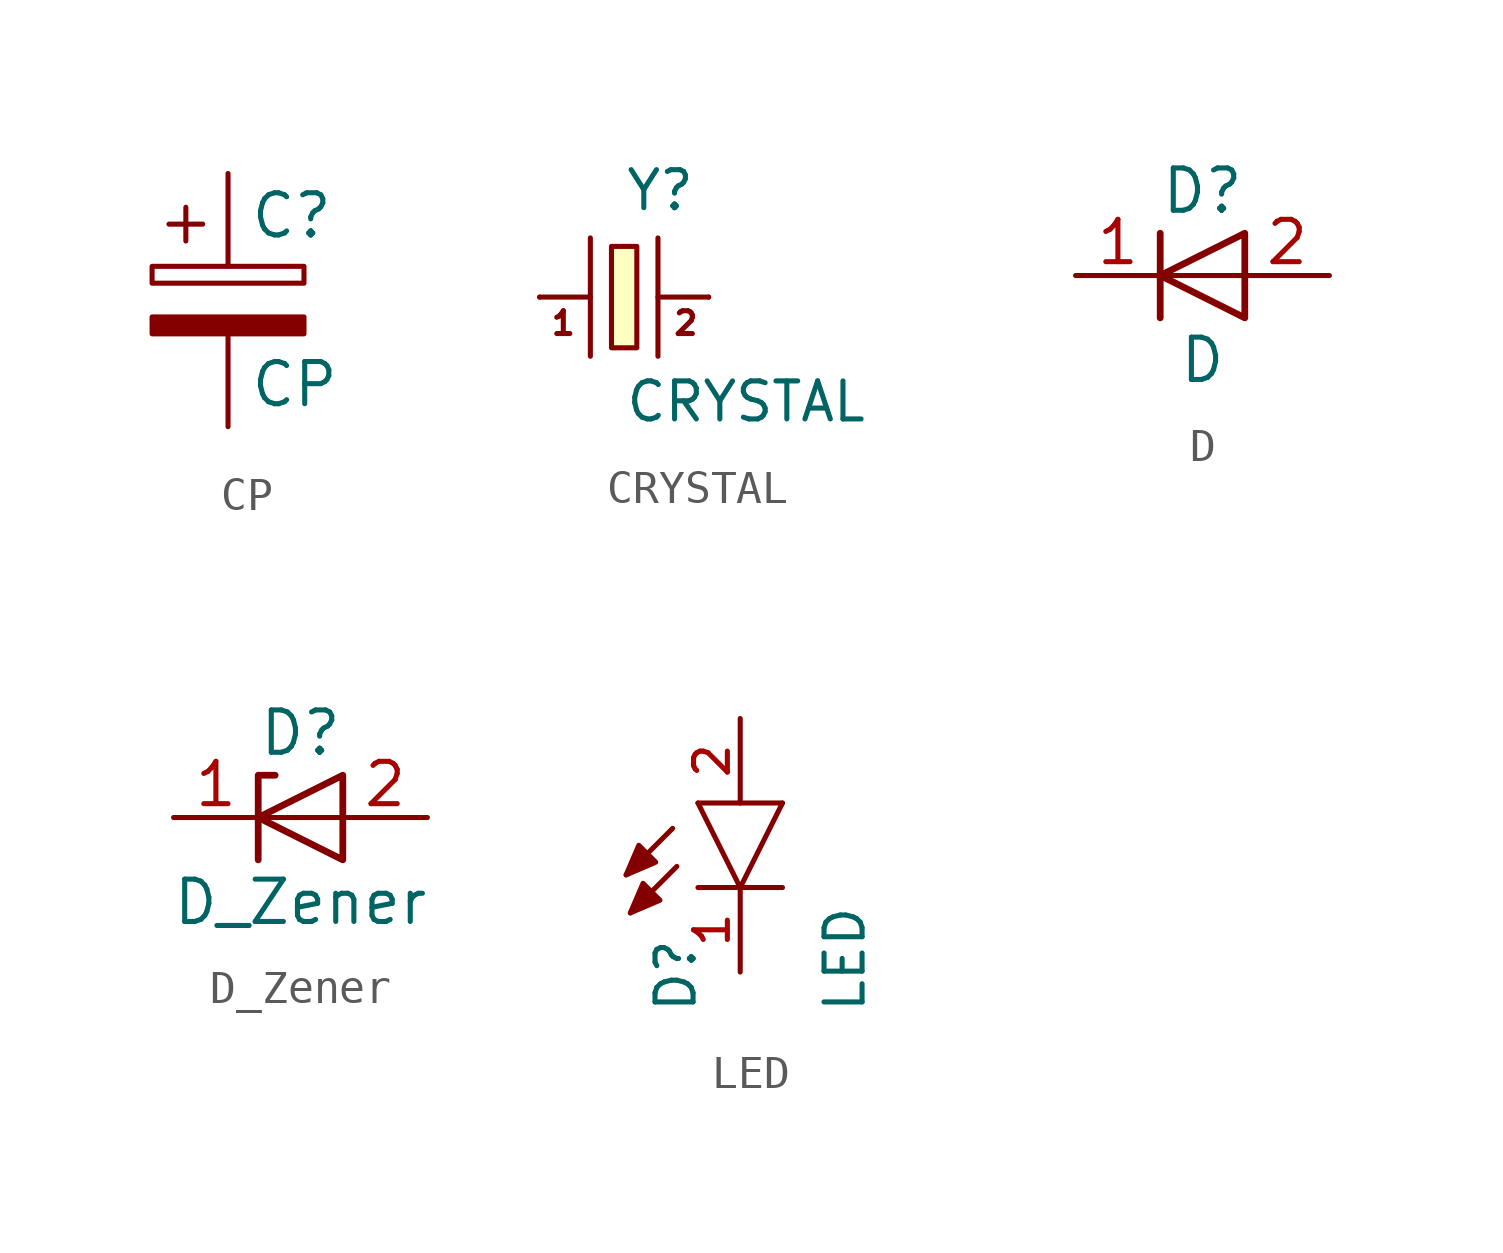
<source format=kicad_sym>
(kicad_symbol_lib
  (version 20231120)
  (generator "kicad_symbol_editor")
  (generator_version "8.0")
  (symbol "CP"
    (pin_numbers hide)
    (pin_names
      (offset 0.254))
    (property "Reference" "C"
      (at 0.635 2.54 0)
      (effects (font (size 1.27 1.27)) (justify left)))
    (property "Value" "CP"
      (at 0.635 -2.54 0)
      (effects (font (size 1.27 1.27)) (justify left)))
    (symbol "CP_0_1"
      (rectangle (start -2.286 0.508) (end 2.286 1.016) (stroke (width 0) (type solid)) (fill (type none)))
      (polyline (pts (xy -1.778 2.286) (xy -0.762 2.286)) (stroke (width 0) (type solid)) (fill (type none)))
      (polyline (pts (xy -1.27 2.794) (xy -1.27 1.778)) (stroke (width 0) (type solid)) (fill (type none)))
      (rectangle (start 2.286 -0.508) (end -2.286 -1.016) (stroke (width 0) (type solid)) (fill (type outline))))
    (symbol "CP_1_1"
      (pin passive line (at 0 3.81 270) (length 2.794) (name "~" (effects (font (size 1.27 1.27)))) (number "1" (effects (font (size 1.27 1.27)))))
      (pin passive line (at 0 -3.81 90) (length 2.794) (name "~" (effects (font (size 1.27 1.27)))) (number "2" (effects (font (size 1.27 1.27)))))))
  (symbol "CRYSTAL"
    (pin_numbers hide)
    (pin_names
      (offset 1.016) hide)
    (property "Reference" "Y"
      (at 0 2.54 0)
      (effects (font (size 1.143 1.143)) (justify left bottom)))
    (property "Value" "CRYSTAL"
      (at 0 -3.81 0)
      (effects (font (size 1.143 1.143)) (justify left bottom)))
    (symbol "CRYSTAL_1_0"
      (polyline (pts (xy -2.54 0) (xy -1.016 0)) (stroke (width 0) (type solid)) (fill (type none)))
      (polyline (pts (xy -1.016 1.778) (xy -1.016 -1.778)) (stroke (width 0) (type solid)) (fill (type none)))
      (polyline (pts (xy 1.016 0) (xy 2.54 0)) (stroke (width 0) (type solid)) (fill (type none)))
      (polyline (pts (xy 1.016 1.778) (xy 1.016 -1.778)) (stroke (width 0) (type solid)) (fill (type none)))
      (text "1" (at -1.829 -0.787 0) (effects (font (size 0.686 0.686))))
      (text "2" (at 1.854 -0.787 0) (effects (font (size 0.686 0.686)))))
    (symbol "CRYSTAL_1_1"
      (polyline (pts (xy -0.381 1.524) (xy -0.381 -1.524) (xy 0.381 -1.524) (xy 0.381 1.524) (xy -0.381 1.524)) (stroke (width 0) (type solid)) (fill (type background)))
      (pin passive line (at -2.54 0 0) (length 0) (name "1" (effects (font (size 1.016 1.016)))) (number "1" (effects (font (size 1.016 1.016)))))
      (pin passive line (at 2.54 0 180) (length 0) (name "2" (effects (font (size 1.016 1.016)))) (number "3" (effects (font (size 1.016 1.016)))))))
  (symbol "D"
    (pin_names
      (offset 1.016) hide)
    (property "Reference" "D"
      (at 0 2.54 0)
      (effects (font (size 1.27 1.27))))
    (property "Value" "D"
      (at 0 -2.54 0)
      (effects (font (size 1.27 1.27))))
    (symbol "D_0_1"
      (polyline (pts (xy -1.27 1.27) (xy -1.27 -1.27)) (stroke (width 0.203) (type solid)) (fill (type none)))
      (polyline (pts (xy 1.27 0) (xy -1.27 0)) (stroke (width 0) (type solid)) (fill (type none)))
      (polyline (pts (xy 1.27 1.27) (xy 1.27 -1.27) (xy -1.27 0) (xy 1.27 1.27)) (stroke (width 0.203) (type solid)) (fill (type none))))
    (symbol "D_1_1"
      (pin passive line (at -3.81 0 0) (length 2.54) (name "K" (effects (font (size 1.27 1.27)))) (number "1" (effects (font (size 1.27 1.27)))))
      (pin passive line (at 3.81 0 180) (length 2.54) (name "A" (effects (font (size 1.27 1.27)))) (number "2" (effects (font (size 1.27 1.27)))))))
  (symbol "D_Zener"
    (pin_names
      (offset 1.016) hide)
    (property "Reference" "D"
      (at 0 2.54 0)
      (effects (font (size 1.27 1.27))))
    (property "Value" "D_Zener"
      (at 0 -2.54 0)
      (effects (font (size 1.27 1.27))))
    (symbol "D_Zener_0_1"
      (polyline (pts (xy 1.27 0) (xy -1.27 0)) (stroke (width 0) (type solid)) (fill (type none)))
      (polyline (pts (xy -1.27 -1.27) (xy -1.27 1.27) (xy -0.762 1.27)) (stroke (width 0.203) (type solid)) (fill (type none)))
      (polyline (pts (xy 1.27 -1.27) (xy 1.27 1.27) (xy -1.27 0) (xy 1.27 -1.27)) (stroke (width 0.203) (type solid)) (fill (type none))))
    (symbol "D_Zener_1_1"
      (pin passive line (at -3.81 0 0) (length 2.54) (name "K" (effects (font (size 1.27 1.27)))) (number "1" (effects (font (size 1.27 1.27)))))
      (pin passive line (at 3.81 0 180) (length 2.54) (name "A" (effects (font (size 1.27 1.27)))) (number "2" (effects (font (size 1.27 1.27)))))))
  (symbol "LED"
    (pin_names
      (offset 1.016) hide)
    (property "Reference" "D"
      (at -1.27 -6.35 90)
      (effects (font (size 1.143 1.143)) (justify left bottom)))
    (property "Value" "LED"
      (at 3.81 -6.35 90)
      (effects (font (size 1.143 1.143)) (justify left bottom)))
    (symbol "LED_1_0"
      (polyline (pts (xy -2.032 -0.762) (xy -3.429 -2.159)) (stroke (width 0) (type solid)) (fill (type none)))
      (polyline (pts (xy -1.905 -1.905) (xy -3.302 -3.302)) (stroke (width 0) (type solid)) (fill (type none)))
      (polyline (pts (xy 0 -2.54) (xy -1.27 -2.54)) (stroke (width 0) (type solid)) (fill (type none)))
      (polyline (pts (xy 0 -2.54) (xy -1.27 0)) (stroke (width 0) (type solid)) (fill (type none)))
      (polyline (pts (xy 1.27 -2.54) (xy 0 -2.54)) (stroke (width 0) (type solid)) (fill (type none)))
      (polyline (pts (xy 1.27 0) (xy -1.27 0)) (stroke (width 0) (type solid)) (fill (type none)))
      (polyline (pts (xy 1.27 0) (xy 0 -2.54)) (stroke (width 0) (type solid)) (fill (type none))))
    (symbol "LED_1_1"
      (polyline (pts (xy -3.429 -2.159) (xy -3.048 -1.27) (xy -3.048 -1.27) (xy -2.54 -1.778) (xy -2.54 -1.778) (xy -3.429 -2.159)) (stroke (width 0) (type solid)) (fill (type outline)))
      (polyline (pts (xy -3.302 -3.302) (xy -2.921 -2.413) (xy -2.921 -2.413) (xy -2.413 -2.921) (xy -2.413 -2.921) (xy -3.302 -3.302)) (stroke (width 0) (type solid)) (fill (type outline)))
      (pin passive line (at 0 -5.08 90) (length 2.54) (name "C" (effects (font (size 1.016 1.016)))) (number "1" (effects (font (size 1.016 1.016)))))
      (pin passive line (at 0 2.54 270) (length 2.54) (name "A" (effects (font (size 1.016 1.016)))) (number "2" (effects (font (size 1.016 1.016))))))))
</source>
